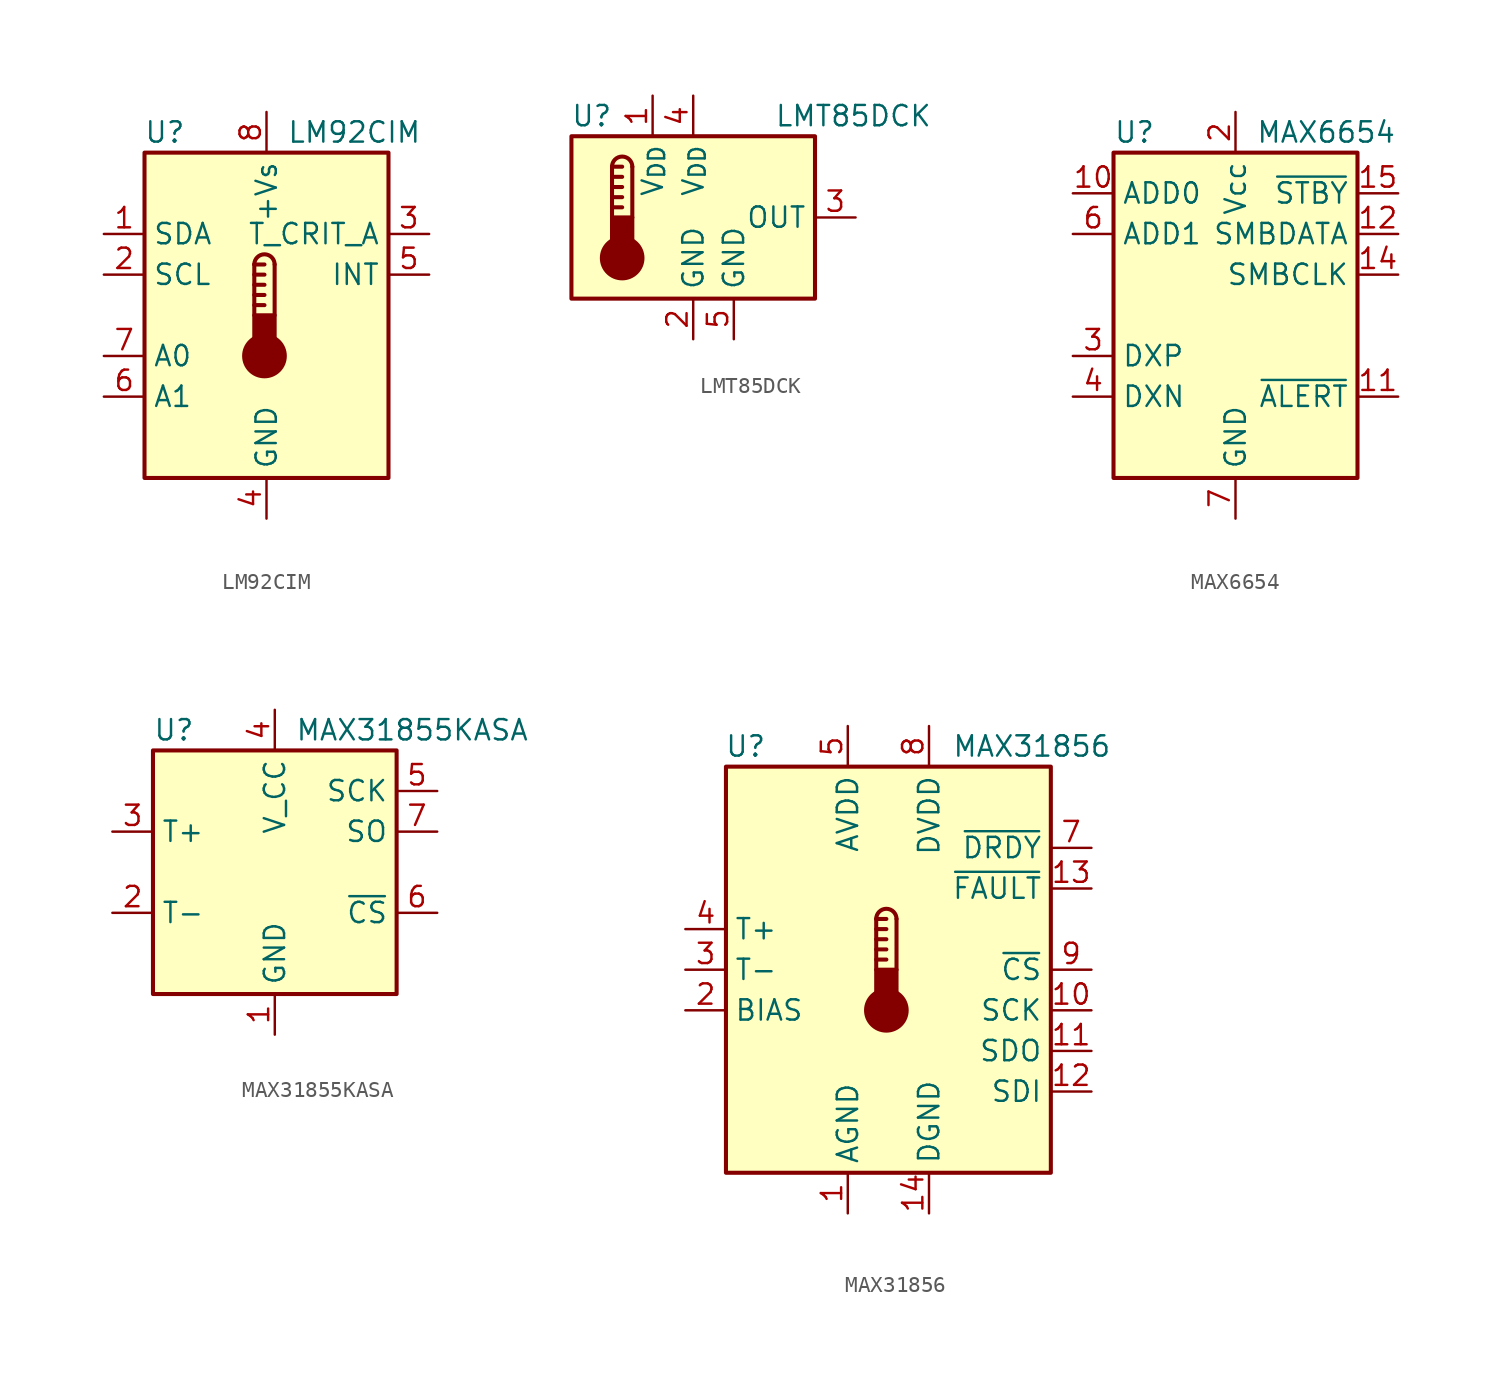
<source format=kicad_sym>
(kicad_symbol_lib
  (version 20220914)
  (generator kicad_symbol_editor)
  (symbol "LM92CIM"
    (property "Reference" "U"
      (at -6.35 11.43 0)
      (effects (font (size 1.27 1.27))))
    (property "Value" "LM92CIM"
      (at 1.27 11.43 0)
      (effects (font (size 1.27 1.27)) (justify left)))
    (symbol "LM92CIM_0_1"
      (rectangle (start -7.62 10.16) (end 7.62 -10.16) (stroke (width 0.254) (type default)) (fill (type background)))
      (circle (center -0.127 -2.54) (radius 1.27) (stroke (width 0.254) (type default)) (fill (type outline)))
      (polyline (pts (xy -0.762 0.635) (xy -0.127 0.635)) (stroke (width 0.254) (type default)) (fill (type none)))
      (polyline (pts (xy -0.762 1.27) (xy -0.127 1.27)) (stroke (width 0.254) (type default)) (fill (type none)))
      (polyline (pts (xy -0.762 1.905) (xy -0.127 1.905)) (stroke (width 0.254) (type default)) (fill (type none)))
      (polyline (pts (xy -0.762 2.54) (xy -0.127 2.54)) (stroke (width 0.254) (type default)) (fill (type none)))
      (polyline (pts (xy -0.762 3.175) (xy -0.762 0)) (stroke (width 0.254) (type default)) (fill (type none)))
      (polyline (pts (xy -0.762 3.175) (xy -0.127 3.175)) (stroke (width 0.254) (type default)) (fill (type none)))
      (polyline (pts (xy 0.508 3.175) (xy 0.508 0)) (stroke (width 0.254) (type default)) (fill (type none)))
      (rectangle (start 0.508 -1.905) (end -0.762 0) (stroke (width 0.254) (type default)) (fill (type outline)))
      (arc (start 0.508 3.175) (mid -0.127 3.8073) (end -0.762 3.175) (stroke (width 0.254) (type default)) (fill (type none))))
    (symbol "LM92CIM_1_1"
      (pin bidirectional line (at -10.16 5.08 0) (length 2.54) (name "SDA" (effects (font (size 1.27 1.27)))) (number "1" (effects (font (size 1.27 1.27)))))
      (pin input line (at -10.16 2.54 0) (length 2.54) (name "SCL" (effects (font (size 1.27 1.27)))) (number "2" (effects (font (size 1.27 1.27)))))
      (pin open_collector line (at 10.16 5.08 180) (length 2.54) (name "T_CRIT_A" (effects (font (size 1.27 1.27)))) (number "3" (effects (font (size 1.27 1.27)))))
      (pin power_in line (at 0 -12.7 90) (length 2.54) (name "GND" (effects (font (size 1.27 1.27)))) (number "4" (effects (font (size 1.27 1.27)))))
      (pin open_collector line (at 10.16 2.54 180) (length 2.54) (name "INT" (effects (font (size 1.27 1.27)))) (number "5" (effects (font (size 1.27 1.27)))))
      (pin input line (at -10.16 -5.08 0) (length 2.54) (name "A1" (effects (font (size 1.27 1.27)))) (number "6" (effects (font (size 1.27 1.27)))))
      (pin input line (at -10.16 -2.54 0) (length 2.54) (name "A0" (effects (font (size 1.27 1.27)))) (number "7" (effects (font (size 1.27 1.27)))))
      (pin power_in line (at 0 12.7 270) (length 2.54) (name "+Vs" (effects (font (size 1.27 1.27)))) (number "8" (effects (font (size 1.27 1.27)))))))
  (symbol "LMT85DCK"
    (property "Reference" "U"
      (at -6.35 6.35 0)
      (effects (font (size 1.27 1.27))))
    (property "Value" "LMT85DCK"
      (at 5.08 6.35 0)
      (effects (font (size 1.27 1.27)) (justify left)))
    (symbol "LMT85DCK_0_1"
      (rectangle (start -7.62 5.08) (end 7.62 -5.08) (stroke (width 0.254) (type default)) (fill (type background)))
      (circle (center -4.445 -2.54) (radius 1.27) (stroke (width 0.254) (type default)) (fill (type outline)))
      (rectangle (start -3.81 -1.905) (end -5.08 0) (stroke (width 0.254) (type default)) (fill (type outline)))
      (arc (start -3.81 3.175) (mid -4.445 3.8073) (end -5.08 3.175) (stroke (width 0.254) (type default)) (fill (type none)))
      (polyline (pts (xy -5.08 0.635) (xy -4.445 0.635)) (stroke (width 0.254) (type default)) (fill (type none)))
      (polyline (pts (xy -5.08 1.27) (xy -4.445 1.27)) (stroke (width 0.254) (type default)) (fill (type none)))
      (polyline (pts (xy -5.08 1.905) (xy -4.445 1.905)) (stroke (width 0.254) (type default)) (fill (type none)))
      (polyline (pts (xy -5.08 2.54) (xy -4.445 2.54)) (stroke (width 0.254) (type default)) (fill (type none)))
      (polyline (pts (xy -5.08 3.175) (xy -5.08 0)) (stroke (width 0.254) (type default)) (fill (type none)))
      (polyline (pts (xy -5.08 3.175) (xy -4.445 3.175)) (stroke (width 0.254) (type default)) (fill (type none)))
      (polyline (pts (xy -3.81 3.175) (xy -3.81 0)) (stroke (width 0.254) (type default)) (fill (type none))))
    (symbol "LMT85DCK_1_1"
      (pin power_in line (at -2.54 7.62 270) (length 2.54) (name "V_{DD}" (effects (font (size 1.27 1.27)))) (number "1" (effects (font (size 1.27 1.27)))))
      (pin power_in line (at 0 -7.62 90) (length 2.54) (name "GND" (effects (font (size 1.27 1.27)))) (number "2" (effects (font (size 1.27 1.27)))))
      (pin output line (at 10.16 0 180) (length 2.54) (name "OUT" (effects (font (size 1.27 1.27)))) (number "3" (effects (font (size 1.27 1.27)))))
      (pin power_in line (at 0 7.62 270) (length 2.54) (name "V_{DD}" (effects (font (size 1.27 1.27)))) (number "4" (effects (font (size 1.27 1.27)))))
      (pin power_in line (at 2.54 -7.62 90) (length 2.54) (name "GND" (effects (font (size 1.27 1.27)))) (number "5" (effects (font (size 1.27 1.27)))))))
  (symbol "MAX6654"
    (property "Reference" "U"
      (at -7.62 11.43 0)
      (effects (font (size 1.27 1.27)) (justify left)))
    (property "Value" "MAX6654"
      (at 1.27 11.43 0)
      (effects (font (size 1.27 1.27)) (justify left)))
    (symbol "MAX6654_0_1"
      (rectangle (start -7.62 10.16) (end 7.62 -10.16) (stroke (width 0.254) (type default)) (fill (type background))))
    (symbol "MAX6654_1_1"
      (pin no_connect line (at 7.62 0 180) (length 2.54) hide (name "NC" (effects (font (size 1.27 1.27)))) (number "1" (effects (font (size 1.27 1.27)))))
      (pin input line (at -10.16 7.62 0) (length 2.54) (name "ADD0" (effects (font (size 1.27 1.27)))) (number "10" (effects (font (size 1.27 1.27)))))
      (pin open_collector line (at 10.16 -5.08 180) (length 2.54) (name "~{ALERT}" (effects (font (size 1.27 1.27)))) (number "11" (effects (font (size 1.27 1.27)))))
      (pin bidirectional line (at 10.16 5.08 180) (length 2.54) (name "SMBDATA" (effects (font (size 1.27 1.27)))) (number "12" (effects (font (size 1.27 1.27)))))
      (pin no_connect line (at -7.62 2.54 0) (length 2.54) hide (name "NC" (effects (font (size 1.27 1.27)))) (number "13" (effects (font (size 1.27 1.27)))))
      (pin input line (at 10.16 2.54 180) (length 2.54) (name "SMBCLK" (effects (font (size 1.27 1.27)))) (number "14" (effects (font (size 1.27 1.27)))))
      (pin input line (at 10.16 7.62 180) (length 2.54) (name "~{STBY}" (effects (font (size 1.27 1.27)))) (number "15" (effects (font (size 1.27 1.27)))))
      (pin no_connect line (at -7.62 0 0) (length 2.54) hide (name "NC" (effects (font (size 1.27 1.27)))) (number "16" (effects (font (size 1.27 1.27)))))
      (pin power_in line (at 0 12.7 270) (length 2.54) (name "Vcc" (effects (font (size 1.27 1.27)))) (number "2" (effects (font (size 1.27 1.27)))))
      (pin input line (at -10.16 -2.54 0) (length 2.54) (name "DXP" (effects (font (size 1.27 1.27)))) (number "3" (effects (font (size 1.27 1.27)))))
      (pin input line (at -10.16 -5.08 0) (length 2.54) (name "DXN" (effects (font (size 1.27 1.27)))) (number "4" (effects (font (size 1.27 1.27)))))
      (pin no_connect line (at 7.62 -2.54 180) (length 2.54) hide (name "NC" (effects (font (size 1.27 1.27)))) (number "5" (effects (font (size 1.27 1.27)))))
      (pin input line (at -10.16 5.08 0) (length 2.54) (name "ADD1" (effects (font (size 1.27 1.27)))) (number "6" (effects (font (size 1.27 1.27)))))
      (pin power_in line (at 0 -12.7 90) (length 2.54) (name "GND" (effects (font (size 1.27 1.27)))) (number "7" (effects (font (size 1.27 1.27)))))
      (pin passive line (at 0 -12.7 90) (length 2.54) hide (name "GND" (effects (font (size 1.27 1.27)))) (number "8" (effects (font (size 1.27 1.27)))))
      (pin no_connect line (at 7.62 -7.62 180) (length 2.54) hide (name "NC" (effects (font (size 1.27 1.27)))) (number "9" (effects (font (size 1.27 1.27)))))))
  (symbol "MAX31855KASA"
    (property "Reference" "U"
      (at -7.62 8.89 0)
      (effects (font (size 1.27 1.27)) (justify left)))
    (property "Value" "MAX31855KASA"
      (at 1.27 8.89 0)
      (effects (font (size 1.27 1.27)) (justify left)))
    (symbol "MAX31855KASA_0_1"
      (rectangle (start -7.62 7.62) (end 7.62 -7.62) (stroke (width 0.254) (type default)) (fill (type background))))
    (symbol "MAX31855KASA_1_1"
      (pin power_in line (at 0 -10.16 90) (length 2.54) (name "GND" (effects (font (size 1.27 1.27)))) (number "1" (effects (font (size 1.27 1.27)))))
      (pin passive line (at -10.16 -2.54 0) (length 2.54) (name "T-" (effects (font (size 1.27 1.27)))) (number "2" (effects (font (size 1.27 1.27)))))
      (pin passive line (at -10.16 2.54 0) (length 2.54) (name "T+" (effects (font (size 1.27 1.27)))) (number "3" (effects (font (size 1.27 1.27)))))
      (pin power_in line (at 0 10.16 270) (length 2.54) (name "V_CC" (effects (font (size 1.27 1.27)))) (number "4" (effects (font (size 1.27 1.27)))))
      (pin input line (at 10.16 5.08 180) (length 2.54) (name "SCK" (effects (font (size 1.27 1.27)))) (number "5" (effects (font (size 1.27 1.27)))))
      (pin input line (at 10.16 -2.54 180) (length 2.54) (name "~{CS}" (effects (font (size 1.27 1.27)))) (number "6" (effects (font (size 1.27 1.27)))))
      (pin tri_state line (at 10.16 2.54 180) (length 2.54) (name "SO" (effects (font (size 1.27 1.27)))) (number "7" (effects (font (size 1.27 1.27)))))))
  (symbol "MAX31856"
    (property "Reference" "U"
      (at -7.62 13.97 0)
      (effects (font (size 1.27 1.27)) (justify right)))
    (property "Value" "MAX31856"
      (at 13.97 13.97 0)
      (effects (font (size 1.27 1.27)) (justify right)))
    (symbol "MAX31856_0_1"
      (rectangle (start -10.16 12.7) (end 10.16 -12.7) (stroke (width 0.254) (type default)) (fill (type background)))
      (circle (center -0.127 -2.54) (radius 1.27) (stroke (width 0.254) (type default)) (fill (type outline)))
      (polyline (pts (xy -0.762 0.635) (xy -0.127 0.635)) (stroke (width 0.254) (type default)) (fill (type none)))
      (polyline (pts (xy -0.762 1.27) (xy -0.127 1.27)) (stroke (width 0.254) (type default)) (fill (type none)))
      (polyline (pts (xy -0.762 1.905) (xy -0.127 1.905)) (stroke (width 0.254) (type default)) (fill (type none)))
      (polyline (pts (xy -0.762 2.54) (xy -0.127 2.54)) (stroke (width 0.254) (type default)) (fill (type none)))
      (polyline (pts (xy -0.762 3.175) (xy -0.762 0)) (stroke (width 0.254) (type default)) (fill (type none)))
      (polyline (pts (xy -0.762 3.175) (xy -0.127 3.175)) (stroke (width 0.254) (type default)) (fill (type none)))
      (polyline (pts (xy 0.508 3.175) (xy 0.508 0)) (stroke (width 0.254) (type default)) (fill (type none)))
      (rectangle (start 0.508 -1.905) (end -0.762 0) (stroke (width 0.254) (type default)) (fill (type outline)))
      (arc (start 0.508 3.175) (mid -0.127 3.8073) (end -0.762 3.175) (stroke (width 0.254) (type default)) (fill (type none))))
    (symbol "MAX31856_1_1"
      (pin power_in line (at -2.54 -15.24 90) (length 2.54) (name "AGND" (effects (font (size 1.27 1.27)))) (number "1" (effects (font (size 1.27 1.27)))))
      (pin input line (at 12.7 -2.54 180) (length 2.54) (name "SCK" (effects (font (size 1.27 1.27)))) (number "10" (effects (font (size 1.27 1.27)))))
      (pin output line (at 12.7 -5.08 180) (length 2.54) (name "SDO" (effects (font (size 1.27 1.27)))) (number "11" (effects (font (size 1.27 1.27)))))
      (pin input line (at 12.7 -7.62 180) (length 2.54) (name "SDI" (effects (font (size 1.27 1.27)))) (number "12" (effects (font (size 1.27 1.27)))))
      (pin output line (at 12.7 5.08 180) (length 2.54) (name "~{FAULT}" (effects (font (size 1.27 1.27)))) (number "13" (effects (font (size 1.27 1.27)))))
      (pin power_in line (at 2.54 -15.24 90) (length 2.54) (name "DGND" (effects (font (size 1.27 1.27)))) (number "14" (effects (font (size 1.27 1.27)))))
      (pin input line (at -12.7 -2.54 0) (length 2.54) (name "BIAS" (effects (font (size 1.27 1.27)))) (number "2" (effects (font (size 1.27 1.27)))))
      (pin input line (at -12.7 0 0) (length 2.54) (name "T-" (effects (font (size 1.27 1.27)))) (number "3" (effects (font (size 1.27 1.27)))))
      (pin input line (at -12.7 2.54 0) (length 2.54) (name "T+" (effects (font (size 1.27 1.27)))) (number "4" (effects (font (size 1.27 1.27)))))
      (pin power_in line (at -2.54 15.24 270) (length 2.54) (name "AVDD" (effects (font (size 1.27 1.27)))) (number "5" (effects (font (size 1.27 1.27)))))
      (pin no_connect line (at -10.16 -7.62 0) (length 2.54) hide (name "DNC" (effects (font (size 1.27 1.27)))) (number "6" (effects (font (size 1.27 1.27)))))
      (pin output line (at 12.7 7.62 180) (length 2.54) (name "~{DRDY}" (effects (font (size 1.27 1.27)))) (number "7" (effects (font (size 1.27 1.27)))))
      (pin power_in line (at 2.54 15.24 270) (length 2.54) (name "DVDD" (effects (font (size 1.27 1.27)))) (number "8" (effects (font (size 1.27 1.27)))))
      (pin input line (at 12.7 0 180) (length 2.54) (name "~{CS}" (effects (font (size 1.27 1.27)))) (number "9" (effects (font (size 1.27 1.27))))))))
</source>
